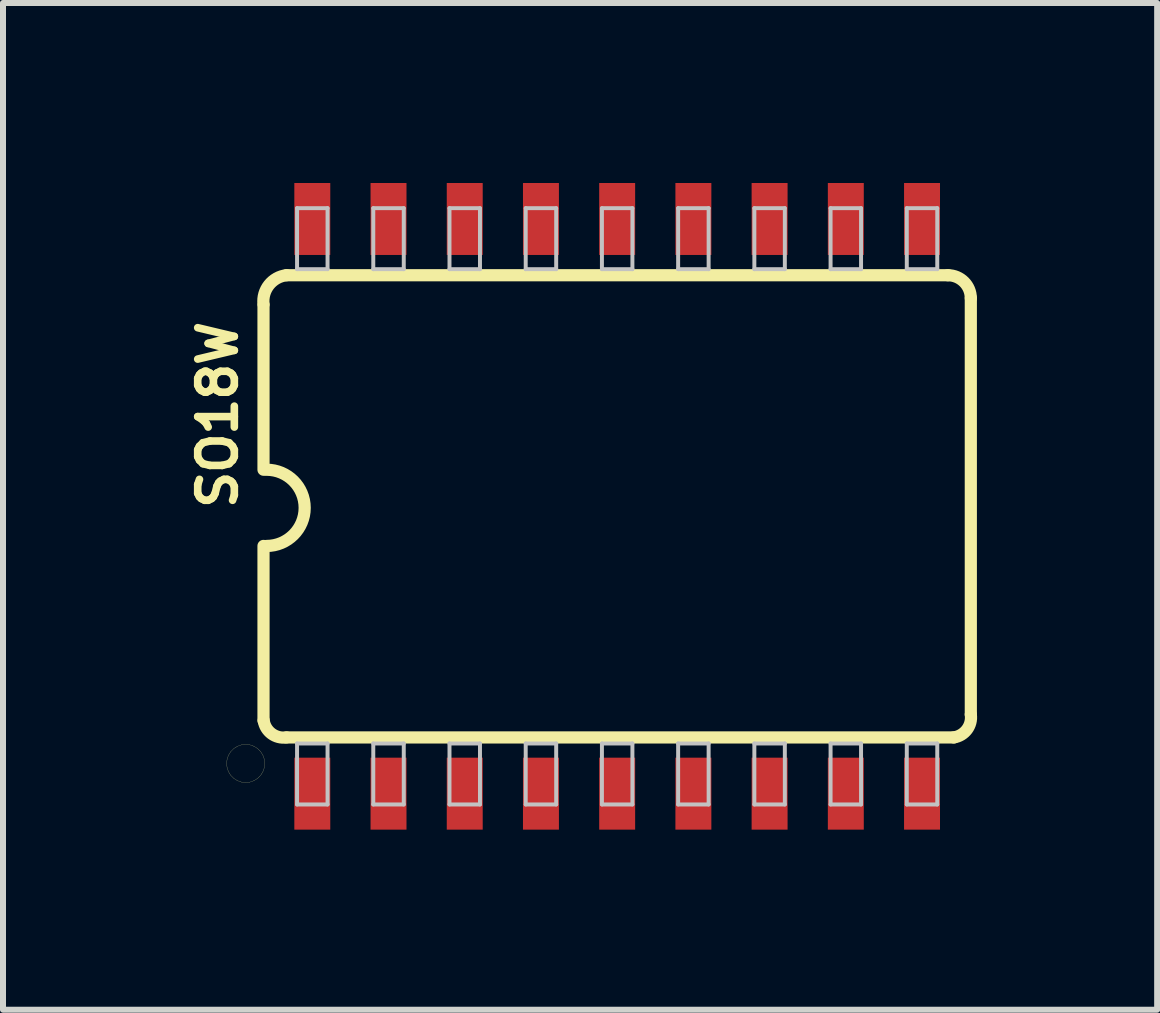
<source format=kicad_pcb>
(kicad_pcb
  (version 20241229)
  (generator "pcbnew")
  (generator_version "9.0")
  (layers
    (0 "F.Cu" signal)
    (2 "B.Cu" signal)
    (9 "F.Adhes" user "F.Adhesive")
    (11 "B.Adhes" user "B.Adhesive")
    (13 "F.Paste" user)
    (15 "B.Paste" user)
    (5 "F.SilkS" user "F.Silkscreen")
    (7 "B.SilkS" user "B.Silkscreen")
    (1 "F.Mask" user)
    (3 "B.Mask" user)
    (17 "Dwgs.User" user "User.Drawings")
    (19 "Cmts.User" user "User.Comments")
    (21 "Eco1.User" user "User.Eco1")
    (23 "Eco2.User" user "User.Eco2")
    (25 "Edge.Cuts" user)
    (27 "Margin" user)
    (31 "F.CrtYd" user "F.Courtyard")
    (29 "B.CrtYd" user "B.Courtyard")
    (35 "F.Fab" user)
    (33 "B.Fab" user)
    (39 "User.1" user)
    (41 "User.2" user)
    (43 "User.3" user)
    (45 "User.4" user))
  (footprint "SO18W"
    (layer "F.Cu")
    (at 7.234 5.387)
    (property "Reference" "SO18W" (at -6.655 -1.524 90) (layer "F.SilkS") (effects (font (size 0.61 0.61) (thickness 0.127))))
    (attr smd)
    (fp_line (start -6.507 4.285) (end -6.5 4.356) (stroke (width 0.003) (type solid)) (layer "F.SilkS"))
    (fp_line (start -6.5 4.214) (end -6.507 4.285) (stroke (width 0.003) (type solid)) (layer "F.SilkS"))
    (fp_line (start -6.5 4.356) (end -6.477 4.422) (stroke (width 0.003) (type solid)) (layer "F.SilkS"))
    (fp_line (start -6.477 4.148) (end -6.5 4.214) (stroke (width 0.003) (type solid)) (layer "F.SilkS"))
    (fp_line (start -6.477 4.422) (end -6.439 4.483) (stroke (width 0.003) (type solid)) (layer "F.SilkS"))
    (fp_line (start -6.439 4.087) (end -6.477 4.148) (stroke (width 0.003) (type solid)) (layer "F.SilkS"))
    (fp_line (start -6.439 4.483) (end -6.388 4.534) (stroke (width 0.003) (type solid)) (layer "F.SilkS"))
    (fp_line (start -6.388 4.036) (end -6.439 4.087) (stroke (width 0.003) (type solid)) (layer "F.SilkS"))
    (fp_line (start -6.388 4.534) (end -6.327 4.572) (stroke (width 0.003) (type solid)) (layer "F.SilkS"))
    (fp_line (start -6.327 3.998) (end -6.388 4.036) (stroke (width 0.003) (type solid)) (layer "F.SilkS"))
    (fp_line (start -6.327 4.572) (end -6.261 4.595) (stroke (width 0.003) (type solid)) (layer "F.SilkS"))
    (fp_line (start -6.261 3.975) (end -6.327 3.998) (stroke (width 0.003) (type solid)) (layer "F.SilkS"))
    (fp_line (start -6.261 4.595) (end -6.19 4.602) (stroke (width 0.003) (type solid)) (layer "F.SilkS"))
    (fp_line (start -6.19 3.967) (end -6.261 3.975) (stroke (width 0.003) (type solid)) (layer "F.SilkS"))
    (fp_line (start -6.19 4.602) (end -6.119 4.595) (stroke (width 0.003) (type solid)) (layer "F.SilkS"))
    (fp_line (start -6.119 3.975) (end -6.19 3.967) (stroke (width 0.003) (type solid)) (layer "F.SilkS"))
    (fp_line (start -6.119 4.595) (end -6.053 4.572) (stroke (width 0.003) (type solid)) (layer "F.SilkS"))
    (fp_line (start -6.053 3.998) (end -6.119 3.975) (stroke (width 0.003) (type solid)) (layer "F.SilkS"))
    (fp_line (start -6.053 4.572) (end -5.992 4.534) (stroke (width 0.003) (type solid)) (layer "F.SilkS"))
    (fp_line (start -5.992 4.036) (end -6.053 3.998) (stroke (width 0.003) (type solid)) (layer "F.SilkS"))
    (fp_line (start -5.992 4.534) (end -5.941 4.483) (stroke (width 0.003) (type solid)) (layer "F.SilkS"))
    (fp_line (start -5.941 4.087) (end -5.992 4.036) (stroke (width 0.003) (type solid)) (layer "F.SilkS"))
    (fp_line (start -5.941 4.483) (end -5.903 4.422) (stroke (width 0.003) (type solid)) (layer "F.SilkS"))
    (fp_line (start -5.903 4.148) (end -5.941 4.087) (stroke (width 0.003) (type solid)) (layer "F.SilkS"))
    (fp_line (start -5.903 4.422) (end -5.88 4.356) (stroke (width 0.003) (type solid)) (layer "F.SilkS"))
    (fp_line (start -5.893 -3.355) (end -5.893 -0.61) (stroke (width 0.203) (type solid)) (layer "F.SilkS"))
    (fp_line (start -5.893 3.569) (end -5.893 0.66) (stroke (width 0.203) (type solid)) (layer "F.SilkS"))
    (fp_line (start -5.88 4.214) (end -5.903 4.148) (stroke (width 0.003) (type solid)) (layer "F.SilkS"))
    (fp_line (start -5.88 4.356) (end -5.872 4.285) (stroke (width 0.003) (type solid)) (layer "F.SilkS"))
    (fp_line (start -5.872 4.285) (end -5.88 4.214) (stroke (width 0.003) (type solid)) (layer "F.SilkS"))
    (fp_line (start -5.512 3.851) (end 5.611 3.851) (stroke (width 0.203) (type solid)) (layer "F.SilkS"))
    (fp_line (start 5.512 -3.851) (end -5.512 -3.851) (stroke (width 0.203) (type solid)) (layer "F.SilkS"))
    (fp_line (start 5.893 3.47) (end 5.893 -3.47) (stroke (width 0.203) (type solid)) (layer "F.SilkS"))
    (fp_arc (start -5.8928 -3.36804) (mid -5.80225 -3.688248) (end -5.5118 -3.85064) (stroke (width 0.2032) (type solid)) (layer "F.SilkS"))
    (fp_arc (start -5.842 -0.6096) (mid -5.207 0.0254) (end -5.842 0.6604) (stroke (width 0.2032) (type solid)) (layer "F.SilkS"))
    (fp_arc (start -5.5118 3.85064) (mid -5.759422 3.788052) (end -5.89026 3.5687) (stroke (width 0.2032) (type solid)) (layer "F.SilkS"))
    (fp_arc (start 5.5118 -3.85064) (mid 5.781208 -3.739048) (end 5.8928 -3.46964) (stroke (width 0.2032) (type solid)) (layer "F.SilkS"))
    (fp_arc (start 5.8928 3.46964) (mid 5.829468 3.719058) (end 5.60832 3.85064) (stroke (width 0.2032) (type solid)) (layer "F.SilkS"))
    (fp_line (start -5.334 -4.968) (end -4.826 -4.968) (stroke (width 0.066) (type solid)) (layer "Dwgs.User"))
    (fp_line (start -5.334 -3.952) (end -5.334 -4.968) (stroke (width 0.066) (type solid)) (layer "Dwgs.User"))
    (fp_line (start -5.334 -3.952) (end -4.826 -3.952) (stroke (width 0.066) (type solid)) (layer "Dwgs.User"))
    (fp_line (start -5.334 3.952) (end -4.826 3.952) (stroke (width 0.066) (type solid)) (layer "Dwgs.User"))
    (fp_line (start -5.334 4.968) (end -5.334 3.952) (stroke (width 0.066) (type solid)) (layer "Dwgs.User"))
    (fp_line (start -5.334 4.968) (end -4.826 4.968) (stroke (width 0.066) (type solid)) (layer "Dwgs.User"))
    (fp_line (start -4.826 -3.952) (end -4.826 -4.968) (stroke (width 0.066) (type solid)) (layer "Dwgs.User"))
    (fp_line (start -4.826 4.968) (end -4.826 3.952) (stroke (width 0.066) (type solid)) (layer "Dwgs.User"))
    (fp_line (start -4.064 -4.968) (end -3.556 -4.968) (stroke (width 0.066) (type solid)) (layer "Dwgs.User"))
    (fp_line (start -4.064 -3.952) (end -4.064 -4.968) (stroke (width 0.066) (type solid)) (layer "Dwgs.User"))
    (fp_line (start -4.064 -3.952) (end -3.556 -3.952) (stroke (width 0.066) (type solid)) (layer "Dwgs.User"))
    (fp_line (start -4.064 3.952) (end -3.556 3.952) (stroke (width 0.066) (type solid)) (layer "Dwgs.User"))
    (fp_line (start -4.064 4.968) (end -4.064 3.952) (stroke (width 0.066) (type solid)) (layer "Dwgs.User"))
    (fp_line (start -4.064 4.968) (end -3.556 4.968) (stroke (width 0.066) (type solid)) (layer "Dwgs.User"))
    (fp_line (start -3.556 -3.952) (end -3.556 -4.968) (stroke (width 0.066) (type solid)) (layer "Dwgs.User"))
    (fp_line (start -3.556 4.968) (end -3.556 3.952) (stroke (width 0.066) (type solid)) (layer "Dwgs.User"))
    (fp_line (start -2.794 -4.968) (end -2.286 -4.968) (stroke (width 0.066) (type solid)) (layer "Dwgs.User"))
    (fp_line (start -2.794 -3.952) (end -2.794 -4.968) (stroke (width 0.066) (type solid)) (layer "Dwgs.User"))
    (fp_line (start -2.794 -3.952) (end -2.286 -3.952) (stroke (width 0.066) (type solid)) (layer "Dwgs.User"))
    (fp_line (start -2.794 3.952) (end -2.286 3.952) (stroke (width 0.066) (type solid)) (layer "Dwgs.User"))
    (fp_line (start -2.794 4.968) (end -2.794 3.952) (stroke (width 0.066) (type solid)) (layer "Dwgs.User"))
    (fp_line (start -2.794 4.968) (end -2.286 4.968) (stroke (width 0.066) (type solid)) (layer "Dwgs.User"))
    (fp_line (start -2.286 -3.952) (end -2.286 -4.968) (stroke (width 0.066) (type solid)) (layer "Dwgs.User"))
    (fp_line (start -2.286 4.968) (end -2.286 3.952) (stroke (width 0.066) (type solid)) (layer "Dwgs.User"))
    (fp_line (start -1.524 -4.968) (end -1.016 -4.968) (stroke (width 0.066) (type solid)) (layer "Dwgs.User"))
    (fp_line (start -1.524 -3.952) (end -1.524 -4.968) (stroke (width 0.066) (type solid)) (layer "Dwgs.User"))
    (fp_line (start -1.524 -3.952) (end -1.016 -3.952) (stroke (width 0.066) (type solid)) (layer "Dwgs.User"))
    (fp_line (start -1.524 3.952) (end -1.016 3.952) (stroke (width 0.066) (type solid)) (layer "Dwgs.User"))
    (fp_line (start -1.524 4.968) (end -1.524 3.952) (stroke (width 0.066) (type solid)) (layer "Dwgs.User"))
    (fp_line (start -1.524 4.968) (end -1.016 4.968) (stroke (width 0.066) (type solid)) (layer "Dwgs.User"))
    (fp_line (start -1.016 -3.952) (end -1.016 -4.968) (stroke (width 0.066) (type solid)) (layer "Dwgs.User"))
    (fp_line (start -1.016 4.968) (end -1.016 3.952) (stroke (width 0.066) (type solid)) (layer "Dwgs.User"))
    (fp_line (start -0.254 -4.968) (end 0.254 -4.968) (stroke (width 0.066) (type solid)) (layer "Dwgs.User"))
    (fp_line (start -0.254 -3.952) (end -0.254 -4.968) (stroke (width 0.066) (type solid)) (layer "Dwgs.User"))
    (fp_line (start -0.254 -3.952) (end 0.254 -3.952) (stroke (width 0.066) (type solid)) (layer "Dwgs.User"))
    (fp_line (start -0.254 3.952) (end 0.254 3.952) (stroke (width 0.066) (type solid)) (layer "Dwgs.User"))
    (fp_line (start -0.254 4.968) (end -0.254 3.952) (stroke (width 0.066) (type solid)) (layer "Dwgs.User"))
    (fp_line (start -0.254 4.968) (end 0.254 4.968) (stroke (width 0.066) (type solid)) (layer "Dwgs.User"))
    (fp_line (start 0.254 -3.952) (end 0.254 -4.968) (stroke (width 0.066) (type solid)) (layer "Dwgs.User"))
    (fp_line (start 0.254 4.968) (end 0.254 3.952) (stroke (width 0.066) (type solid)) (layer "Dwgs.User"))
    (fp_line (start 1.016 -4.968) (end 1.524 -4.968) (stroke (width 0.066) (type solid)) (layer "Dwgs.User"))
    (fp_line (start 1.016 -3.952) (end 1.016 -4.968) (stroke (width 0.066) (type solid)) (layer "Dwgs.User"))
    (fp_line (start 1.016 -3.952) (end 1.524 -3.952) (stroke (width 0.066) (type solid)) (layer "Dwgs.User"))
    (fp_line (start 1.016 3.952) (end 1.524 3.952) (stroke (width 0.066) (type solid)) (layer "Dwgs.User"))
    (fp_line (start 1.016 4.968) (end 1.016 3.952) (stroke (width 0.066) (type solid)) (layer "Dwgs.User"))
    (fp_line (start 1.016 4.968) (end 1.524 4.968) (stroke (width 0.066) (type solid)) (layer "Dwgs.User"))
    (fp_line (start 1.524 -3.952) (end 1.524 -4.968) (stroke (width 0.066) (type solid)) (layer "Dwgs.User"))
    (fp_line (start 1.524 4.968) (end 1.524 3.952) (stroke (width 0.066) (type solid)) (layer "Dwgs.User"))
    (fp_line (start 2.286 -4.968) (end 2.794 -4.968) (stroke (width 0.066) (type solid)) (layer "Dwgs.User"))
    (fp_line (start 2.286 -3.952) (end 2.286 -4.968) (stroke (width 0.066) (type solid)) (layer "Dwgs.User"))
    (fp_line (start 2.286 -3.952) (end 2.794 -3.952) (stroke (width 0.066) (type solid)) (layer "Dwgs.User"))
    (fp_line (start 2.286 3.952) (end 2.794 3.952) (stroke (width 0.066) (type solid)) (layer "Dwgs.User"))
    (fp_line (start 2.286 4.968) (end 2.286 3.952) (stroke (width 0.066) (type solid)) (layer "Dwgs.User"))
    (fp_line (start 2.286 4.968) (end 2.794 4.968) (stroke (width 0.066) (type solid)) (layer "Dwgs.User"))
    (fp_line (start 2.794 -3.952) (end 2.794 -4.968) (stroke (width 0.066) (type solid)) (layer "Dwgs.User"))
    (fp_line (start 2.794 4.968) (end 2.794 3.952) (stroke (width 0.066) (type solid)) (layer "Dwgs.User"))
    (fp_line (start 3.556 -4.968) (end 4.064 -4.968) (stroke (width 0.066) (type solid)) (layer "Dwgs.User"))
    (fp_line (start 3.556 -3.952) (end 3.556 -4.968) (stroke (width 0.066) (type solid)) (layer "Dwgs.User"))
    (fp_line (start 3.556 -3.952) (end 4.064 -3.952) (stroke (width 0.066) (type solid)) (layer "Dwgs.User"))
    (fp_line (start 3.556 3.952) (end 4.064 3.952) (stroke (width 0.066) (type solid)) (layer "Dwgs.User"))
    (fp_line (start 3.556 4.968) (end 3.556 3.952) (stroke (width 0.066) (type solid)) (layer "Dwgs.User"))
    (fp_line (start 3.556 4.968) (end 4.064 4.968) (stroke (width 0.066) (type solid)) (layer "Dwgs.User"))
    (fp_line (start 4.064 -3.952) (end 4.064 -4.968) (stroke (width 0.066) (type solid)) (layer "Dwgs.User"))
    (fp_line (start 4.064 4.968) (end 4.064 3.952) (stroke (width 0.066) (type solid)) (layer "Dwgs.User"))
    (fp_line (start 4.826 -4.968) (end 5.334 -4.968) (stroke (width 0.066) (type solid)) (layer "Dwgs.User"))
    (fp_line (start 4.826 -3.952) (end 4.826 -4.968) (stroke (width 0.066) (type solid)) (layer "Dwgs.User"))
    (fp_line (start 4.826 -3.952) (end 5.334 -3.952) (stroke (width 0.066) (type solid)) (layer "Dwgs.User"))
    (fp_line (start 4.826 3.952) (end 5.334 3.952) (stroke (width 0.066) (type solid)) (layer "Dwgs.User"))
    (fp_line (start 4.826 4.968) (end 4.826 3.952) (stroke (width 0.066) (type solid)) (layer "Dwgs.User"))
    (fp_line (start 4.826 4.968) (end 5.334 4.968) (stroke (width 0.066) (type solid)) (layer "Dwgs.User"))
    (fp_line (start 5.334 -3.952) (end 5.334 -4.968) (stroke (width 0.066) (type solid)) (layer "Dwgs.User"))
    (fp_line (start 5.334 4.968) (end 5.334 3.952) (stroke (width 0.066) (type solid)) (layer "Dwgs.User"))
    (pad "1" smd rect (at -5.08 4.788) (size 0.599 1.199) (layers "F.Cu" "F.Mask" "F.Paste"))
    (pad "2" smd rect (at -3.81 4.788) (size 0.599 1.199) (layers "F.Cu" "F.Mask" "F.Paste"))
    (pad "3" smd rect (at -2.54 4.788) (size 0.599 1.199) (layers "F.Cu" "F.Mask" "F.Paste"))
    (pad "4" smd rect (at -1.27 4.788) (size 0.599 1.199) (layers "F.Cu" "F.Mask" "F.Paste"))
    (pad "5" smd rect (at 0 4.788) (size 0.599 1.199) (layers "F.Cu" "F.Mask" "F.Paste"))
    (pad "6" smd rect (at 1.27 4.788) (size 0.599 1.199) (layers "F.Cu" "F.Mask" "F.Paste"))
    (pad "7" smd rect (at 2.54 4.788) (size 0.599 1.199) (layers "F.Cu" "F.Mask" "F.Paste"))
    (pad "8" smd rect (at 3.81 4.788) (size 0.599 1.199) (layers "F.Cu" "F.Mask" "F.Paste"))
    (pad "9" smd rect (at 5.08 4.788) (size 0.599 1.199) (layers "F.Cu" "F.Mask" "F.Paste"))
    (pad "10" smd rect (at 5.08 -4.788) (size 0.599 1.199) (layers "F.Cu" "F.Mask" "F.Paste"))
    (pad "11" smd rect (at 3.81 -4.788) (size 0.599 1.199) (layers "F.Cu" "F.Mask" "F.Paste"))
    (pad "12" smd rect (at 2.54 -4.788) (size 0.599 1.199) (layers "F.Cu" "F.Mask" "F.Paste"))
    (pad "13" smd rect (at 1.27 -4.788) (size 0.599 1.199) (layers "F.Cu" "F.Mask" "F.Paste"))
    (pad "14" smd rect (at 0 -4.788) (size 0.599 1.199) (layers "F.Cu" "F.Mask" "F.Paste"))
    (pad "15" smd rect (at -1.27 -4.788) (size 0.599 1.199) (layers "F.Cu" "F.Mask" "F.Paste"))
    (pad "16" smd rect (at -2.54 -4.788) (size 0.599 1.199) (layers "F.Cu" "F.Mask" "F.Paste"))
    (pad "17" smd rect (at -3.81 -4.788) (size 0.599 1.199) (layers "F.Cu" "F.Mask" "F.Paste"))
    (pad "18" smd rect (at -5.08 -4.788) (size 0.599 1.199) (layers "F.Cu" "F.Mask" "F.Paste")))
  (gr_rect
    (start -3 -3)
    (end 16.232 13.775)
    (stroke (width 0.1) (type default))
    (fill no)
    (layer "Edge.Cuts")))
</source>
